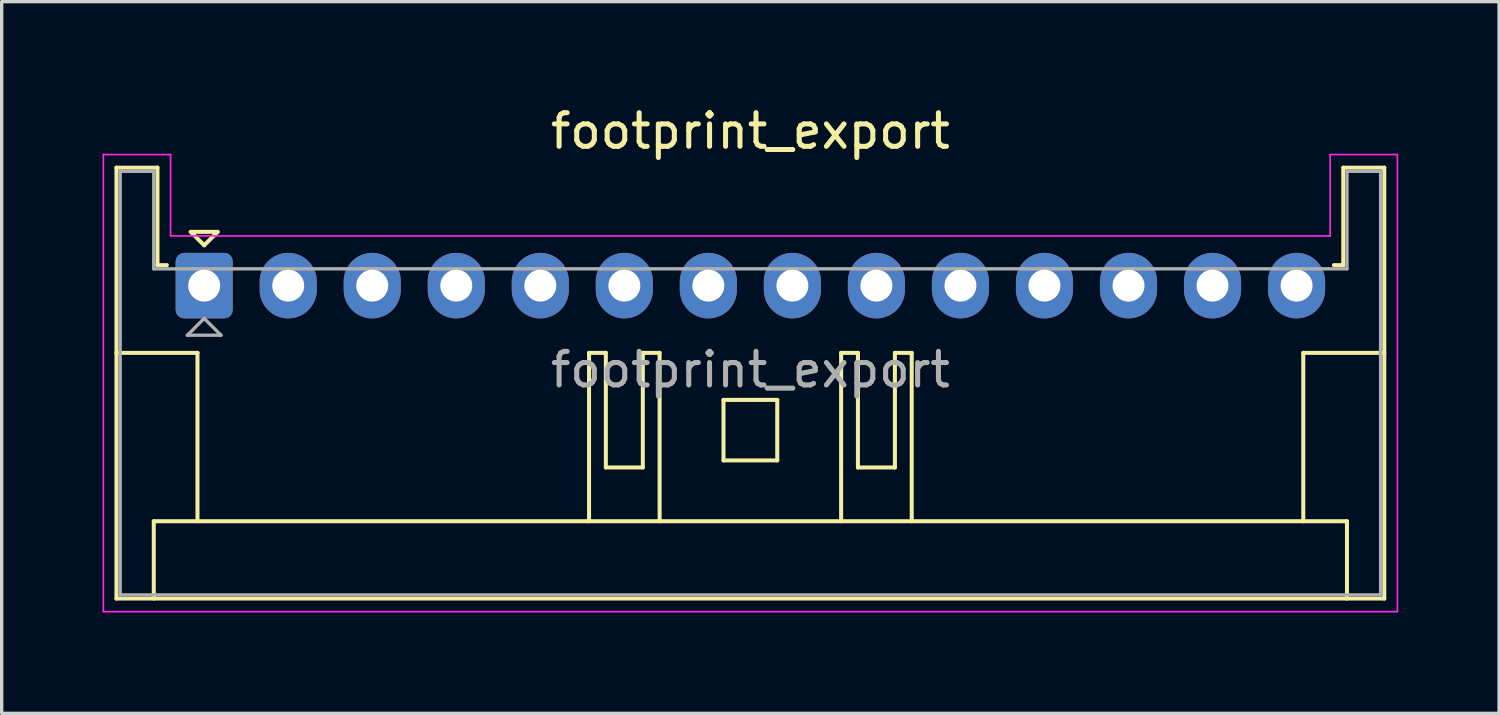
<source format=kicad_pcb>
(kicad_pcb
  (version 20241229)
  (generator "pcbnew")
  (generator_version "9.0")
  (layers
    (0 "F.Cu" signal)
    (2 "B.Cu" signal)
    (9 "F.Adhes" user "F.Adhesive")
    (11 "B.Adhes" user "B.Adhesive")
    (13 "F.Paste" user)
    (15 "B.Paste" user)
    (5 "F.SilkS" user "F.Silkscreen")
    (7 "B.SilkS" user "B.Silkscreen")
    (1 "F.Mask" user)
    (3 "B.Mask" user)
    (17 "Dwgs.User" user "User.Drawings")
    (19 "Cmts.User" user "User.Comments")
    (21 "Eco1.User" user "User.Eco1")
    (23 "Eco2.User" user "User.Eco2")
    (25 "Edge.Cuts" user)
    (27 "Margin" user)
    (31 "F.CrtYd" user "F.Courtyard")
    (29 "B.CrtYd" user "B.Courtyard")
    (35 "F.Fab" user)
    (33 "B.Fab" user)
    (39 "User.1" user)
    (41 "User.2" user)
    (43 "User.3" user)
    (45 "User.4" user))
  (footprint "footprint_export"
    (layer "F.Cu")
    (at 3.025 5.448)
    (property "Reference" "footprint_export" (at 16.25 -4.6 0) (layer "F.SilkS") (effects (font (size 1 1) (thickness 0.15))))
    (attr through_hole)
    (fp_line (start -2.61 -3.51) (end -2.61 9.31) (stroke (width 0.12) (type solid)) (layer "F.SilkS"))
    (fp_line (start -2.61 9.31) (end 35.11 9.31) (stroke (width 0.12) (type solid)) (layer "F.SilkS"))
    (fp_line (start -1.5 7.01) (end 34 7.01) (stroke (width 0.12) (type solid)) (layer "F.SilkS"))
    (fp_line (start -1.5 9.31) (end -1.5 7.01) (stroke (width 0.12) (type solid)) (layer "F.SilkS"))
    (fp_line (start -1.39 -3.51) (end -2.61 -3.51) (stroke (width 0.12) (type solid)) (layer "F.SilkS"))
    (fp_line (start -1.39 -0.61) (end -1.39 -3.51) (stroke (width 0.12) (type solid)) (layer "F.SilkS"))
    (fp_line (start -1.11 -0.61) (end -1.39 -0.61) (stroke (width 0.12) (type solid)) (layer "F.SilkS"))
    (fp_line (start -0.4 -1.6) (end 0.4 -1.6) (stroke (width 0.12) (type solid)) (layer "F.SilkS"))
    (fp_line (start -0.2 2) (end -2.61 2) (stroke (width 0.12) (type solid)) (layer "F.SilkS"))
    (fp_line (start -0.2 7.01) (end -0.2 2) (stroke (width 0.12) (type solid)) (layer "F.SilkS"))
    (fp_line (start 0 -1.2) (end -0.4 -1.6) (stroke (width 0.12) (type solid)) (layer "F.SilkS"))
    (fp_line (start 0.4 -1.6) (end 0 -1.2) (stroke (width 0.12) (type solid)) (layer "F.SilkS"))
    (fp_line (start 11.45 2) (end 11.45 7.01) (stroke (width 0.12) (type solid)) (layer "F.SilkS"))
    (fp_line (start 11.95 2) (end 11.45 2) (stroke (width 0.12) (type solid)) (layer "F.SilkS"))
    (fp_line (start 11.95 5.41) (end 11.95 2) (stroke (width 0.12) (type solid)) (layer "F.SilkS"))
    (fp_line (start 13.05 2) (end 13.05 5.41) (stroke (width 0.12) (type solid)) (layer "F.SilkS"))
    (fp_line (start 13.05 5.41) (end 11.95 5.41) (stroke (width 0.12) (type solid)) (layer "F.SilkS"))
    (fp_line (start 13.55 2) (end 13.05 2) (stroke (width 0.12) (type solid)) (layer "F.SilkS"))
    (fp_line (start 13.55 7.01) (end 13.55 2) (stroke (width 0.12) (type solid)) (layer "F.SilkS"))
    (fp_line (start 15.45 3.4) (end 17.05 3.4) (stroke (width 0.12) (type solid)) (layer "F.SilkS"))
    (fp_line (start 15.45 5.2) (end 15.45 3.4) (stroke (width 0.12) (type solid)) (layer "F.SilkS"))
    (fp_line (start 17.05 3.4) (end 17.05 5.2) (stroke (width 0.12) (type solid)) (layer "F.SilkS"))
    (fp_line (start 17.05 5.2) (end 15.45 5.2) (stroke (width 0.12) (type solid)) (layer "F.SilkS"))
    (fp_line (start 18.95 2) (end 19.45 2) (stroke (width 0.12) (type solid)) (layer "F.SilkS"))
    (fp_line (start 18.95 7.01) (end 18.95 2) (stroke (width 0.12) (type solid)) (layer "F.SilkS"))
    (fp_line (start 19.45 2) (end 19.45 5.41) (stroke (width 0.12) (type solid)) (layer "F.SilkS"))
    (fp_line (start 19.45 5.41) (end 20.55 5.41) (stroke (width 0.12) (type solid)) (layer "F.SilkS"))
    (fp_line (start 20.55 2) (end 21.05 2) (stroke (width 0.12) (type solid)) (layer "F.SilkS"))
    (fp_line (start 20.55 5.41) (end 20.55 2) (stroke (width 0.12) (type solid)) (layer "F.SilkS"))
    (fp_line (start 21.05 2) (end 21.05 7.01) (stroke (width 0.12) (type solid)) (layer "F.SilkS"))
    (fp_line (start 32.7 2) (end 35.11 2) (stroke (width 0.12) (type solid)) (layer "F.SilkS"))
    (fp_line (start 32.7 7.01) (end 32.7 2) (stroke (width 0.12) (type solid)) (layer "F.SilkS"))
    (fp_line (start 33.89 -3.51) (end 33.89 -0.61) (stroke (width 0.12) (type solid)) (layer "F.SilkS"))
    (fp_line (start 33.89 -0.61) (end 33.61 -0.61) (stroke (width 0.12) (type solid)) (layer "F.SilkS"))
    (fp_line (start 34 7.01) (end 34 9.31) (stroke (width 0.12) (type solid)) (layer "F.SilkS"))
    (fp_line (start 35.11 -3.51) (end 33.89 -3.51) (stroke (width 0.12) (type solid)) (layer "F.SilkS"))
    (fp_line (start 35.11 9.31) (end 35.11 -3.51) (stroke (width 0.12) (type solid)) (layer "F.SilkS"))
    (fp_line (start -3 -3.9) (end -3 9.7) (stroke (width 0.05) (type solid)) (layer "F.CrtYd"))
    (fp_line (start -3 9.7) (end 35.5 9.7) (stroke (width 0.05) (type solid)) (layer "F.CrtYd"))
    (fp_line (start -1 -3.9) (end -3 -3.9) (stroke (width 0.05) (type solid)) (layer "F.CrtYd"))
    (fp_line (start -1 -1.48) (end -1 -3.9) (stroke (width 0.05) (type solid)) (layer "F.CrtYd"))
    (fp_line (start 33.5 -3.9) (end 33.5 -1.48) (stroke (width 0.05) (type solid)) (layer "F.CrtYd"))
    (fp_line (start 33.5 -1.48) (end -1 -1.48) (stroke (width 0.05) (type solid)) (layer "F.CrtYd"))
    (fp_line (start 35.5 -3.9) (end 33.5 -3.9) (stroke (width 0.05) (type solid)) (layer "F.CrtYd"))
    (fp_line (start 35.5 9.7) (end 35.5 -3.9) (stroke (width 0.05) (type solid)) (layer "F.CrtYd"))
    (fp_line (start -2.5 -3.4) (end -2.5 9.2) (stroke (width 0.1) (type solid)) (layer "F.Fab"))
    (fp_line (start -2.5 9.2) (end 35 9.2) (stroke (width 0.1) (type solid)) (layer "F.Fab"))
    (fp_line (start -1.5 -3.4) (end -2.5 -3.4) (stroke (width 0.1) (type solid)) (layer "F.Fab"))
    (fp_line (start -1.5 -0.5) (end -1.5 -3.4) (stroke (width 0.1) (type solid)) (layer "F.Fab"))
    (fp_line (start -0.5 1.475) (end 0.5 1.475) (stroke (width 0.1) (type solid)) (layer "F.Fab"))
    (fp_line (start 0 0.975) (end -0.5 1.475) (stroke (width 0.1) (type solid)) (layer "F.Fab"))
    (fp_line (start 0.5 1.475) (end 0 0.975) (stroke (width 0.1) (type solid)) (layer "F.Fab"))
    (fp_line (start 34 -3.4) (end 34 -0.5) (stroke (width 0.1) (type solid)) (layer "F.Fab"))
    (fp_line (start 34 -0.5) (end -1.5 -0.5) (stroke (width 0.1) (type solid)) (layer "F.Fab"))
    (fp_line (start 35 -3.4) (end 34 -3.4) (stroke (width 0.1) (type solid)) (layer "F.Fab"))
    (fp_line (start 35 9.2) (end 35 -3.4) (stroke (width 0.1) (type solid)) (layer "F.Fab"))
    (fp_text user "${REFERENCE}" (at 16.25 2.5 0) (layer "F.Fab") (effects (font (size 1 1) (thickness 0.15))))
    (pad "1" thru_hole roundrect (at 0 0) (size 1.7 1.95) (drill 0.95) (layers "*.Cu" "*.Mask") (roundrect_rratio 0.147))
    (pad "2" thru_hole oval (at 2.5 0) (size 1.7 1.95) (drill 0.95) (layers "*.Cu" "*.Mask"))
    (pad "3" thru_hole oval (at 5 0) (size 1.7 1.95) (drill 0.95) (layers "*.Cu" "*.Mask"))
    (pad "4" thru_hole oval (at 7.5 0) (size 1.7 1.95) (drill 0.95) (layers "*.Cu" "*.Mask"))
    (pad "5" thru_hole oval (at 10 0) (size 1.7 1.95) (drill 0.95) (layers "*.Cu" "*.Mask"))
    (pad "6" thru_hole oval (at 12.5 0) (size 1.7 1.95) (drill 0.95) (layers "*.Cu" "*.Mask"))
    (pad "7" thru_hole oval (at 15 0) (size 1.7 1.95) (drill 0.95) (layers "*.Cu" "*.Mask"))
    (pad "8" thru_hole oval (at 17.5 0) (size 1.7 1.95) (drill 0.95) (layers "*.Cu" "*.Mask"))
    (pad "9" thru_hole oval (at 20 0) (size 1.7 1.95) (drill 0.95) (layers "*.Cu" "*.Mask"))
    (pad "10" thru_hole oval (at 22.5 0) (size 1.7 1.95) (drill 0.95) (layers "*.Cu" "*.Mask"))
    (pad "11" thru_hole oval (at 25 0) (size 1.7 1.95) (drill 0.95) (layers "*.Cu" "*.Mask"))
    (pad "12" thru_hole oval (at 27.5 0) (size 1.7 1.95) (drill 0.95) (layers "*.Cu" "*.Mask"))
    (pad "13" thru_hole oval (at 30 0) (size 1.7 1.95) (drill 0.95) (layers "*.Cu" "*.Mask"))
    (pad "14" thru_hole oval (at 32.5 0) (size 1.7 1.95) (drill 0.95) (layers "*.Cu" "*.Mask")))
  (gr_rect
    (start -3 -3)
    (end 41.55 18.173)
    (stroke (width 0.1) (type default))
    (fill no)
    (layer "Edge.Cuts")))
</source>
